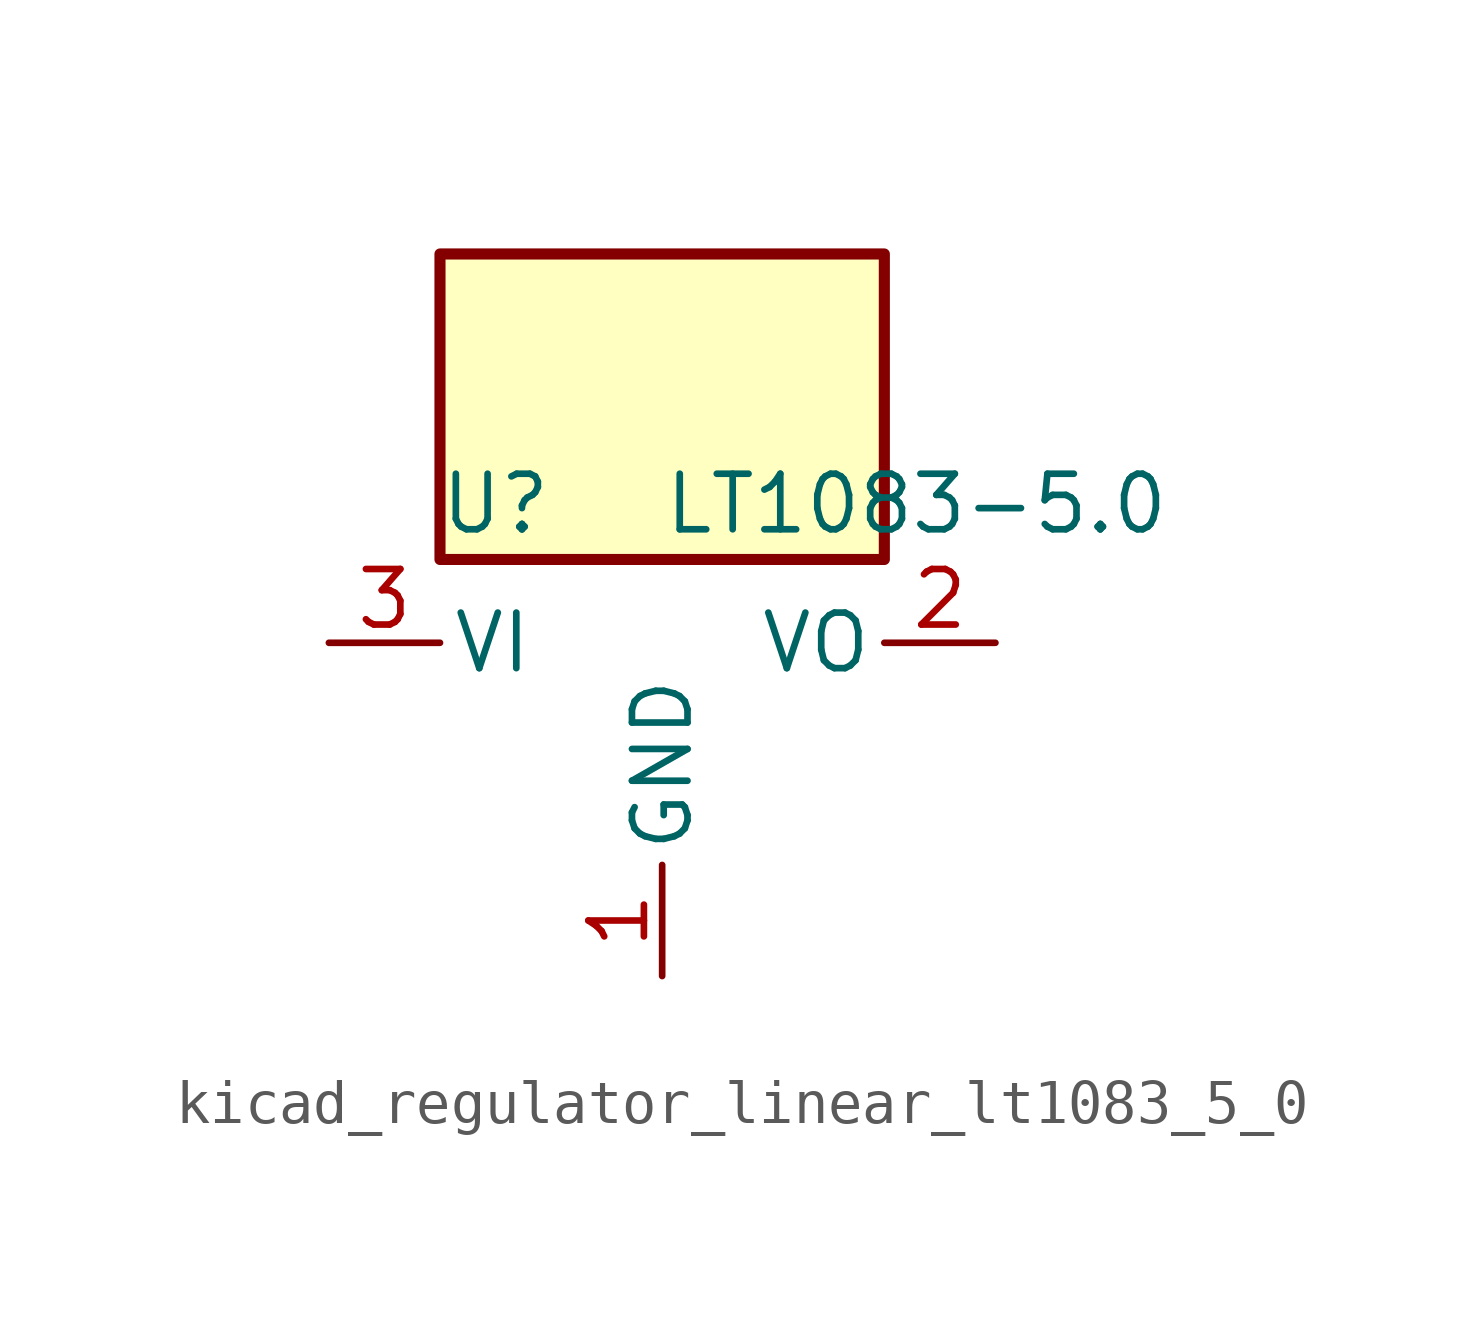
<source format=kicad_sym>
(kicad_symbol_lib
  (version 20220914)
  (generator kicad_symbol_editor)
  (symbol "kicad_regulator_linear_lt1083_5_0"
    (pin_names
      (offset 0.254))
    (property "Reference" "U"
      (at -3.81 3.175 0)
      (effects (font (size 1.27 1.27))))
    (property "Value" "LT1083-5.0"
      (at 0 3.175 0)
      (effects (font (size 1.27 1.27)) (justify left)))
    (symbol "kicad_regulator_linear_lt1083_5_0_0_1"
      (rectangle (start 5.08 8.89) (end -5.08 1.905) (stroke (width 0.254) (type default)) (fill (type background))))
    (symbol "kicad_regulator_linear_lt1083_5_0_1_1"
      (pin power_in line (at 0 -7.62 90) (length 2.54) (name "GND" (effects (font (size 1.27 1.27)))) (number "1" (effects (font (size 1.27 1.27)))))
      (pin power_out line (at 7.62 0 180) (length 2.54) (name "VO" (effects (font (size 1.27 1.27)))) (number "2" (effects (font (size 1.27 1.27)))))
      (pin power_in line (at -7.62 0 0) (length 2.54) (name "VI" (effects (font (size 1.27 1.27)))) (number "3" (effects (font (size 1.27 1.27))))))))
</source>
